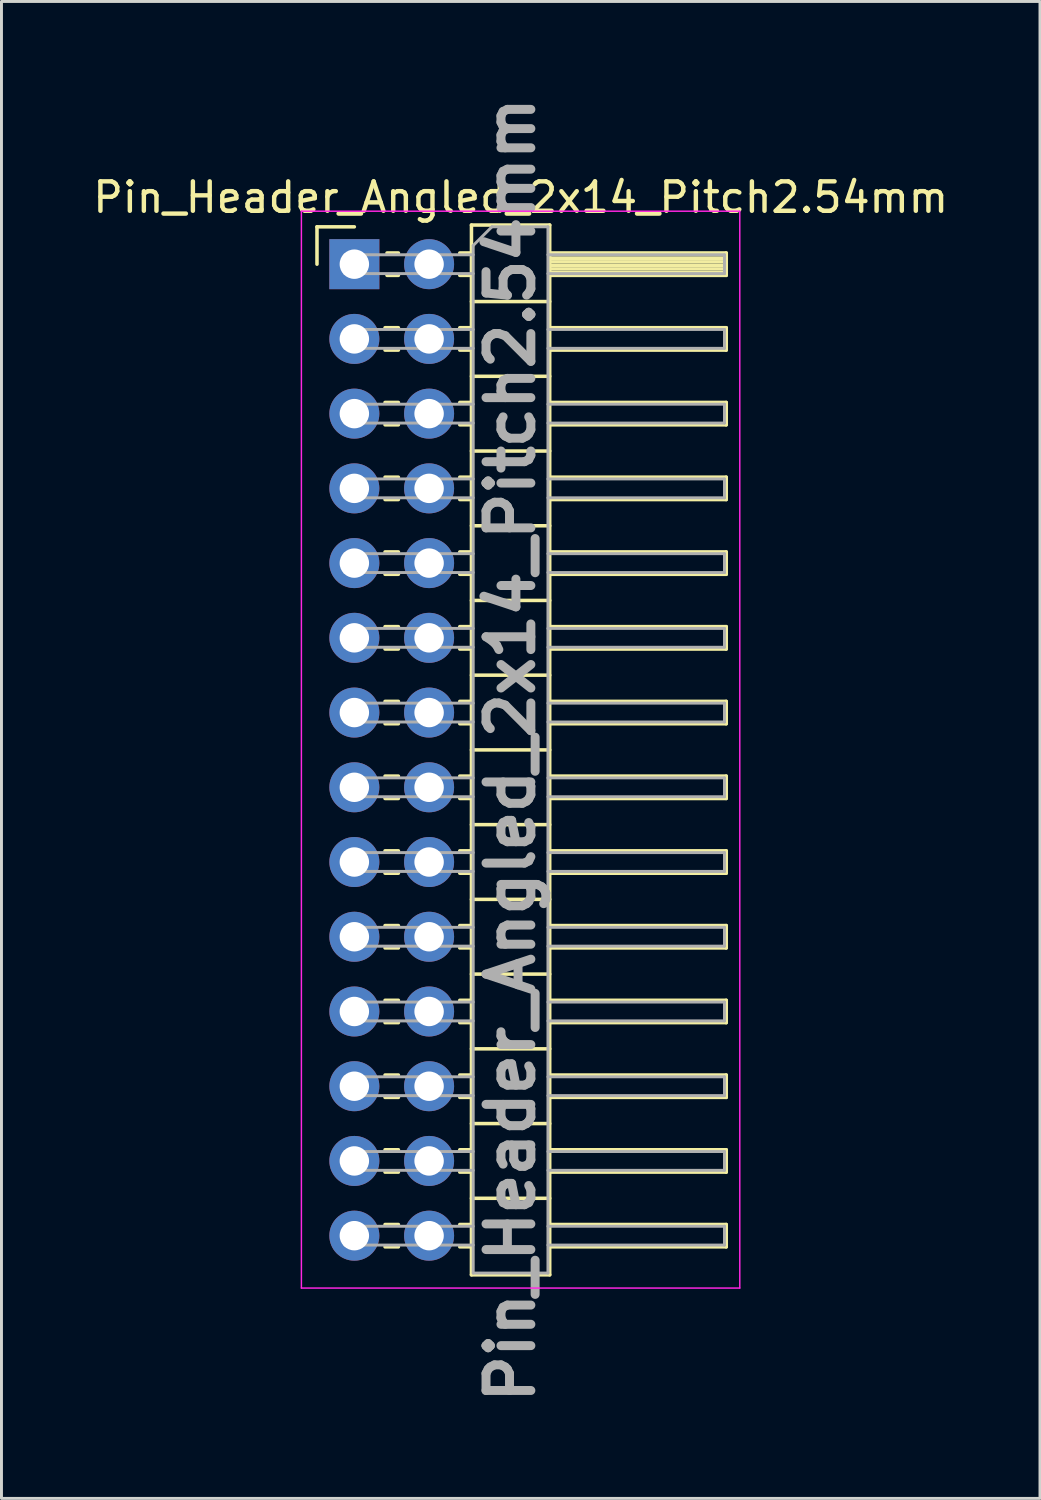
<source format=kicad_pcb>
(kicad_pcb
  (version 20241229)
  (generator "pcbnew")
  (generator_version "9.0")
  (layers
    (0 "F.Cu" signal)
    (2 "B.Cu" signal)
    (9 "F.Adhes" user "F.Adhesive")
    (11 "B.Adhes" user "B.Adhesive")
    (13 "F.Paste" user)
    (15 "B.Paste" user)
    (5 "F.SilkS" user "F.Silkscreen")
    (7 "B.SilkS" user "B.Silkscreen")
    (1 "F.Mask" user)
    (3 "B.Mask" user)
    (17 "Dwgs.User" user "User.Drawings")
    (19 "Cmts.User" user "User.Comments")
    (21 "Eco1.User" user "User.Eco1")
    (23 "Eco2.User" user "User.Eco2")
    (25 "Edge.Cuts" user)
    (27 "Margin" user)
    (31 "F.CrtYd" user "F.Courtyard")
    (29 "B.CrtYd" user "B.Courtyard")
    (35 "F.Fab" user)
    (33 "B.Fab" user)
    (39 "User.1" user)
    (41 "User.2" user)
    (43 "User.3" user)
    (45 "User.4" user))
  (footprint "Pin_Header_Angled_2x14_Pitch2.54mm"
    (layer "F.Cu")
    (at 8.994 5.929)
    (property "Reference" "Pin_Header_Angled_2x14_Pitch2.54mm" (at 5.655 -2.27 0) (layer "F.SilkS") (effects (font (size 1 1) (thickness 0.15))))
    (attr through_hole)
    (fp_line (start -1.27 -1.27) (end 0 -1.27) (stroke (width 0.12) (type solid)) (layer "F.SilkS"))
    (fp_line (start -1.27 0) (end -1.27 -1.27) (stroke (width 0.12) (type solid)) (layer "F.SilkS"))
    (fp_line (start 1.043 2.16) (end 1.497 2.16) (stroke (width 0.12) (type solid)) (layer "F.SilkS"))
    (fp_line (start 1.043 2.92) (end 1.497 2.92) (stroke (width 0.12) (type solid)) (layer "F.SilkS"))
    (fp_line (start 1.043 4.7) (end 1.497 4.7) (stroke (width 0.12) (type solid)) (layer "F.SilkS"))
    (fp_line (start 1.043 5.46) (end 1.497 5.46) (stroke (width 0.12) (type solid)) (layer "F.SilkS"))
    (fp_line (start 1.043 7.24) (end 1.497 7.24) (stroke (width 0.12) (type solid)) (layer "F.SilkS"))
    (fp_line (start 1.043 8) (end 1.497 8) (stroke (width 0.12) (type solid)) (layer "F.SilkS"))
    (fp_line (start 1.043 9.78) (end 1.497 9.78) (stroke (width 0.12) (type solid)) (layer "F.SilkS"))
    (fp_line (start 1.043 10.54) (end 1.497 10.54) (stroke (width 0.12) (type solid)) (layer "F.SilkS"))
    (fp_line (start 1.043 12.32) (end 1.497 12.32) (stroke (width 0.12) (type solid)) (layer "F.SilkS"))
    (fp_line (start 1.043 13.08) (end 1.497 13.08) (stroke (width 0.12) (type solid)) (layer "F.SilkS"))
    (fp_line (start 1.043 14.86) (end 1.497 14.86) (stroke (width 0.12) (type solid)) (layer "F.SilkS"))
    (fp_line (start 1.043 15.62) (end 1.497 15.62) (stroke (width 0.12) (type solid)) (layer "F.SilkS"))
    (fp_line (start 1.043 17.4) (end 1.497 17.4) (stroke (width 0.12) (type solid)) (layer "F.SilkS"))
    (fp_line (start 1.043 18.16) (end 1.497 18.16) (stroke (width 0.12) (type solid)) (layer "F.SilkS"))
    (fp_line (start 1.043 19.94) (end 1.497 19.94) (stroke (width 0.12) (type solid)) (layer "F.SilkS"))
    (fp_line (start 1.043 20.7) (end 1.497 20.7) (stroke (width 0.12) (type solid)) (layer "F.SilkS"))
    (fp_line (start 1.043 22.48) (end 1.497 22.48) (stroke (width 0.12) (type solid)) (layer "F.SilkS"))
    (fp_line (start 1.043 23.24) (end 1.497 23.24) (stroke (width 0.12) (type solid)) (layer "F.SilkS"))
    (fp_line (start 1.043 25.02) (end 1.497 25.02) (stroke (width 0.12) (type solid)) (layer "F.SilkS"))
    (fp_line (start 1.043 25.78) (end 1.497 25.78) (stroke (width 0.12) (type solid)) (layer "F.SilkS"))
    (fp_line (start 1.043 27.56) (end 1.497 27.56) (stroke (width 0.12) (type solid)) (layer "F.SilkS"))
    (fp_line (start 1.043 28.32) (end 1.497 28.32) (stroke (width 0.12) (type solid)) (layer "F.SilkS"))
    (fp_line (start 1.043 30.1) (end 1.497 30.1) (stroke (width 0.12) (type solid)) (layer "F.SilkS"))
    (fp_line (start 1.043 30.86) (end 1.497 30.86) (stroke (width 0.12) (type solid)) (layer "F.SilkS"))
    (fp_line (start 1.043 32.64) (end 1.497 32.64) (stroke (width 0.12) (type solid)) (layer "F.SilkS"))
    (fp_line (start 1.043 33.4) (end 1.497 33.4) (stroke (width 0.12) (type solid)) (layer "F.SilkS"))
    (fp_line (start 1.11 -0.38) (end 1.497 -0.38) (stroke (width 0.12) (type solid)) (layer "F.SilkS"))
    (fp_line (start 1.11 0.38) (end 1.497 0.38) (stroke (width 0.12) (type solid)) (layer "F.SilkS"))
    (fp_line (start 3.583 -0.38) (end 3.98 -0.38) (stroke (width 0.12) (type solid)) (layer "F.SilkS"))
    (fp_line (start 3.583 0.38) (end 3.98 0.38) (stroke (width 0.12) (type solid)) (layer "F.SilkS"))
    (fp_line (start 3.583 2.16) (end 3.98 2.16) (stroke (width 0.12) (type solid)) (layer "F.SilkS"))
    (fp_line (start 3.583 2.92) (end 3.98 2.92) (stroke (width 0.12) (type solid)) (layer "F.SilkS"))
    (fp_line (start 3.583 4.7) (end 3.98 4.7) (stroke (width 0.12) (type solid)) (layer "F.SilkS"))
    (fp_line (start 3.583 5.46) (end 3.98 5.46) (stroke (width 0.12) (type solid)) (layer "F.SilkS"))
    (fp_line (start 3.583 7.24) (end 3.98 7.24) (stroke (width 0.12) (type solid)) (layer "F.SilkS"))
    (fp_line (start 3.583 8) (end 3.98 8) (stroke (width 0.12) (type solid)) (layer "F.SilkS"))
    (fp_line (start 3.583 9.78) (end 3.98 9.78) (stroke (width 0.12) (type solid)) (layer "F.SilkS"))
    (fp_line (start 3.583 10.54) (end 3.98 10.54) (stroke (width 0.12) (type solid)) (layer "F.SilkS"))
    (fp_line (start 3.583 12.32) (end 3.98 12.32) (stroke (width 0.12) (type solid)) (layer "F.SilkS"))
    (fp_line (start 3.583 13.08) (end 3.98 13.08) (stroke (width 0.12) (type solid)) (layer "F.SilkS"))
    (fp_line (start 3.583 14.86) (end 3.98 14.86) (stroke (width 0.12) (type solid)) (layer "F.SilkS"))
    (fp_line (start 3.583 15.62) (end 3.98 15.62) (stroke (width 0.12) (type solid)) (layer "F.SilkS"))
    (fp_line (start 3.583 17.4) (end 3.98 17.4) (stroke (width 0.12) (type solid)) (layer "F.SilkS"))
    (fp_line (start 3.583 18.16) (end 3.98 18.16) (stroke (width 0.12) (type solid)) (layer "F.SilkS"))
    (fp_line (start 3.583 19.94) (end 3.98 19.94) (stroke (width 0.12) (type solid)) (layer "F.SilkS"))
    (fp_line (start 3.583 20.7) (end 3.98 20.7) (stroke (width 0.12) (type solid)) (layer "F.SilkS"))
    (fp_line (start 3.583 22.48) (end 3.98 22.48) (stroke (width 0.12) (type solid)) (layer "F.SilkS"))
    (fp_line (start 3.583 23.24) (end 3.98 23.24) (stroke (width 0.12) (type solid)) (layer "F.SilkS"))
    (fp_line (start 3.583 25.02) (end 3.98 25.02) (stroke (width 0.12) (type solid)) (layer "F.SilkS"))
    (fp_line (start 3.583 25.78) (end 3.98 25.78) (stroke (width 0.12) (type solid)) (layer "F.SilkS"))
    (fp_line (start 3.583 27.56) (end 3.98 27.56) (stroke (width 0.12) (type solid)) (layer "F.SilkS"))
    (fp_line (start 3.583 28.32) (end 3.98 28.32) (stroke (width 0.12) (type solid)) (layer "F.SilkS"))
    (fp_line (start 3.583 30.1) (end 3.98 30.1) (stroke (width 0.12) (type solid)) (layer "F.SilkS"))
    (fp_line (start 3.583 30.86) (end 3.98 30.86) (stroke (width 0.12) (type solid)) (layer "F.SilkS"))
    (fp_line (start 3.583 32.64) (end 3.98 32.64) (stroke (width 0.12) (type solid)) (layer "F.SilkS"))
    (fp_line (start 3.583 33.4) (end 3.98 33.4) (stroke (width 0.12) (type solid)) (layer "F.SilkS"))
    (fp_line (start 3.98 -1.33) (end 3.98 34.35) (stroke (width 0.12) (type solid)) (layer "F.SilkS"))
    (fp_line (start 3.98 1.27) (end 6.64 1.27) (stroke (width 0.12) (type solid)) (layer "F.SilkS"))
    (fp_line (start 3.98 3.81) (end 6.64 3.81) (stroke (width 0.12) (type solid)) (layer "F.SilkS"))
    (fp_line (start 3.98 6.35) (end 6.64 6.35) (stroke (width 0.12) (type solid)) (layer "F.SilkS"))
    (fp_line (start 3.98 8.89) (end 6.64 8.89) (stroke (width 0.12) (type solid)) (layer "F.SilkS"))
    (fp_line (start 3.98 11.43) (end 6.64 11.43) (stroke (width 0.12) (type solid)) (layer "F.SilkS"))
    (fp_line (start 3.98 13.97) (end 6.64 13.97) (stroke (width 0.12) (type solid)) (layer "F.SilkS"))
    (fp_line (start 3.98 16.51) (end 6.64 16.51) (stroke (width 0.12) (type solid)) (layer "F.SilkS"))
    (fp_line (start 3.98 19.05) (end 6.64 19.05) (stroke (width 0.12) (type solid)) (layer "F.SilkS"))
    (fp_line (start 3.98 21.59) (end 6.64 21.59) (stroke (width 0.12) (type solid)) (layer "F.SilkS"))
    (fp_line (start 3.98 24.13) (end 6.64 24.13) (stroke (width 0.12) (type solid)) (layer "F.SilkS"))
    (fp_line (start 3.98 26.67) (end 6.64 26.67) (stroke (width 0.12) (type solid)) (layer "F.SilkS"))
    (fp_line (start 3.98 29.21) (end 6.64 29.21) (stroke (width 0.12) (type solid)) (layer "F.SilkS"))
    (fp_line (start 3.98 31.75) (end 6.64 31.75) (stroke (width 0.12) (type solid)) (layer "F.SilkS"))
    (fp_line (start 3.98 34.35) (end 6.64 34.35) (stroke (width 0.12) (type solid)) (layer "F.SilkS"))
    (fp_line (start 6.64 -1.33) (end 3.98 -1.33) (stroke (width 0.12) (type solid)) (layer "F.SilkS"))
    (fp_line (start 6.64 -0.38) (end 12.64 -0.38) (stroke (width 0.12) (type solid)) (layer "F.SilkS"))
    (fp_line (start 6.64 -0.32) (end 12.64 -0.32) (stroke (width 0.12) (type solid)) (layer "F.SilkS"))
    (fp_line (start 6.64 -0.2) (end 12.64 -0.2) (stroke (width 0.12) (type solid)) (layer "F.SilkS"))
    (fp_line (start 6.64 -0.08) (end 12.64 -0.08) (stroke (width 0.12) (type solid)) (layer "F.SilkS"))
    (fp_line (start 6.64 0.04) (end 12.64 0.04) (stroke (width 0.12) (type solid)) (layer "F.SilkS"))
    (fp_line (start 6.64 0.16) (end 12.64 0.16) (stroke (width 0.12) (type solid)) (layer "F.SilkS"))
    (fp_line (start 6.64 0.28) (end 12.64 0.28) (stroke (width 0.12) (type solid)) (layer "F.SilkS"))
    (fp_line (start 6.64 2.16) (end 12.64 2.16) (stroke (width 0.12) (type solid)) (layer "F.SilkS"))
    (fp_line (start 6.64 4.7) (end 12.64 4.7) (stroke (width 0.12) (type solid)) (layer "F.SilkS"))
    (fp_line (start 6.64 7.24) (end 12.64 7.24) (stroke (width 0.12) (type solid)) (layer "F.SilkS"))
    (fp_line (start 6.64 9.78) (end 12.64 9.78) (stroke (width 0.12) (type solid)) (layer "F.SilkS"))
    (fp_line (start 6.64 12.32) (end 12.64 12.32) (stroke (width 0.12) (type solid)) (layer "F.SilkS"))
    (fp_line (start 6.64 14.86) (end 12.64 14.86) (stroke (width 0.12) (type solid)) (layer "F.SilkS"))
    (fp_line (start 6.64 17.4) (end 12.64 17.4) (stroke (width 0.12) (type solid)) (layer "F.SilkS"))
    (fp_line (start 6.64 19.94) (end 12.64 19.94) (stroke (width 0.12) (type solid)) (layer "F.SilkS"))
    (fp_line (start 6.64 22.48) (end 12.64 22.48) (stroke (width 0.12) (type solid)) (layer "F.SilkS"))
    (fp_line (start 6.64 25.02) (end 12.64 25.02) (stroke (width 0.12) (type solid)) (layer "F.SilkS"))
    (fp_line (start 6.64 27.56) (end 12.64 27.56) (stroke (width 0.12) (type solid)) (layer "F.SilkS"))
    (fp_line (start 6.64 30.1) (end 12.64 30.1) (stroke (width 0.12) (type solid)) (layer "F.SilkS"))
    (fp_line (start 6.64 32.64) (end 12.64 32.64) (stroke (width 0.12) (type solid)) (layer "F.SilkS"))
    (fp_line (start 6.64 34.35) (end 6.64 -1.33) (stroke (width 0.12) (type solid)) (layer "F.SilkS"))
    (fp_line (start 12.64 -0.38) (end 12.64 0.38) (stroke (width 0.12) (type solid)) (layer "F.SilkS"))
    (fp_line (start 12.64 0.38) (end 6.64 0.38) (stroke (width 0.12) (type solid)) (layer "F.SilkS"))
    (fp_line (start 12.64 2.16) (end 12.64 2.92) (stroke (width 0.12) (type solid)) (layer "F.SilkS"))
    (fp_line (start 12.64 2.92) (end 6.64 2.92) (stroke (width 0.12) (type solid)) (layer "F.SilkS"))
    (fp_line (start 12.64 4.7) (end 12.64 5.46) (stroke (width 0.12) (type solid)) (layer "F.SilkS"))
    (fp_line (start 12.64 5.46) (end 6.64 5.46) (stroke (width 0.12) (type solid)) (layer "F.SilkS"))
    (fp_line (start 12.64 7.24) (end 12.64 8) (stroke (width 0.12) (type solid)) (layer "F.SilkS"))
    (fp_line (start 12.64 8) (end 6.64 8) (stroke (width 0.12) (type solid)) (layer "F.SilkS"))
    (fp_line (start 12.64 9.78) (end 12.64 10.54) (stroke (width 0.12) (type solid)) (layer "F.SilkS"))
    (fp_line (start 12.64 10.54) (end 6.64 10.54) (stroke (width 0.12) (type solid)) (layer "F.SilkS"))
    (fp_line (start 12.64 12.32) (end 12.64 13.08) (stroke (width 0.12) (type solid)) (layer "F.SilkS"))
    (fp_line (start 12.64 13.08) (end 6.64 13.08) (stroke (width 0.12) (type solid)) (layer "F.SilkS"))
    (fp_line (start 12.64 14.86) (end 12.64 15.62) (stroke (width 0.12) (type solid)) (layer "F.SilkS"))
    (fp_line (start 12.64 15.62) (end 6.64 15.62) (stroke (width 0.12) (type solid)) (layer "F.SilkS"))
    (fp_line (start 12.64 17.4) (end 12.64 18.16) (stroke (width 0.12) (type solid)) (layer "F.SilkS"))
    (fp_line (start 12.64 18.16) (end 6.64 18.16) (stroke (width 0.12) (type solid)) (layer "F.SilkS"))
    (fp_line (start 12.64 19.94) (end 12.64 20.7) (stroke (width 0.12) (type solid)) (layer "F.SilkS"))
    (fp_line (start 12.64 20.7) (end 6.64 20.7) (stroke (width 0.12) (type solid)) (layer "F.SilkS"))
    (fp_line (start 12.64 22.48) (end 12.64 23.24) (stroke (width 0.12) (type solid)) (layer "F.SilkS"))
    (fp_line (start 12.64 23.24) (end 6.64 23.24) (stroke (width 0.12) (type solid)) (layer "F.SilkS"))
    (fp_line (start 12.64 25.02) (end 12.64 25.78) (stroke (width 0.12) (type solid)) (layer "F.SilkS"))
    (fp_line (start 12.64 25.78) (end 6.64 25.78) (stroke (width 0.12) (type solid)) (layer "F.SilkS"))
    (fp_line (start 12.64 27.56) (end 12.64 28.32) (stroke (width 0.12) (type solid)) (layer "F.SilkS"))
    (fp_line (start 12.64 28.32) (end 6.64 28.32) (stroke (width 0.12) (type solid)) (layer "F.SilkS"))
    (fp_line (start 12.64 30.1) (end 12.64 30.86) (stroke (width 0.12) (type solid)) (layer "F.SilkS"))
    (fp_line (start 12.64 30.86) (end 6.64 30.86) (stroke (width 0.12) (type solid)) (layer "F.SilkS"))
    (fp_line (start 12.64 32.64) (end 12.64 33.4) (stroke (width 0.12) (type solid)) (layer "F.SilkS"))
    (fp_line (start 12.64 33.4) (end 6.64 33.4) (stroke (width 0.12) (type solid)) (layer "F.SilkS"))
    (fp_line (start -1.8 -1.8) (end -1.8 34.8) (stroke (width 0.05) (type solid)) (layer "F.CrtYd"))
    (fp_line (start -1.8 34.8) (end 13.1 34.8) (stroke (width 0.05) (type solid)) (layer "F.CrtYd"))
    (fp_line (start 13.1 -1.8) (end -1.8 -1.8) (stroke (width 0.05) (type solid)) (layer "F.CrtYd"))
    (fp_line (start 13.1 34.8) (end 13.1 -1.8) (stroke (width 0.05) (type solid)) (layer "F.CrtYd"))
    (fp_line (start -0.32 -0.32) (end -0.32 0.32) (stroke (width 0.1) (type solid)) (layer "F.Fab"))
    (fp_line (start -0.32 -0.32) (end 4.04 -0.32) (stroke (width 0.1) (type solid)) (layer "F.Fab"))
    (fp_line (start -0.32 0.32) (end 4.04 0.32) (stroke (width 0.1) (type solid)) (layer "F.Fab"))
    (fp_line (start -0.32 2.22) (end -0.32 2.86) (stroke (width 0.1) (type solid)) (layer "F.Fab"))
    (fp_line (start -0.32 2.22) (end 4.04 2.22) (stroke (width 0.1) (type solid)) (layer "F.Fab"))
    (fp_line (start -0.32 2.86) (end 4.04 2.86) (stroke (width 0.1) (type solid)) (layer "F.Fab"))
    (fp_line (start -0.32 4.76) (end -0.32 5.4) (stroke (width 0.1) (type solid)) (layer "F.Fab"))
    (fp_line (start -0.32 4.76) (end 4.04 4.76) (stroke (width 0.1) (type solid)) (layer "F.Fab"))
    (fp_line (start -0.32 5.4) (end 4.04 5.4) (stroke (width 0.1) (type solid)) (layer "F.Fab"))
    (fp_line (start -0.32 7.3) (end -0.32 7.94) (stroke (width 0.1) (type solid)) (layer "F.Fab"))
    (fp_line (start -0.32 7.3) (end 4.04 7.3) (stroke (width 0.1) (type solid)) (layer "F.Fab"))
    (fp_line (start -0.32 7.94) (end 4.04 7.94) (stroke (width 0.1) (type solid)) (layer "F.Fab"))
    (fp_line (start -0.32 9.84) (end -0.32 10.48) (stroke (width 0.1) (type solid)) (layer "F.Fab"))
    (fp_line (start -0.32 9.84) (end 4.04 9.84) (stroke (width 0.1) (type solid)) (layer "F.Fab"))
    (fp_line (start -0.32 10.48) (end 4.04 10.48) (stroke (width 0.1) (type solid)) (layer "F.Fab"))
    (fp_line (start -0.32 12.38) (end -0.32 13.02) (stroke (width 0.1) (type solid)) (layer "F.Fab"))
    (fp_line (start -0.32 12.38) (end 4.04 12.38) (stroke (width 0.1) (type solid)) (layer "F.Fab"))
    (fp_line (start -0.32 13.02) (end 4.04 13.02) (stroke (width 0.1) (type solid)) (layer "F.Fab"))
    (fp_line (start -0.32 14.92) (end -0.32 15.56) (stroke (width 0.1) (type solid)) (layer "F.Fab"))
    (fp_line (start -0.32 14.92) (end 4.04 14.92) (stroke (width 0.1) (type solid)) (layer "F.Fab"))
    (fp_line (start -0.32 15.56) (end 4.04 15.56) (stroke (width 0.1) (type solid)) (layer "F.Fab"))
    (fp_line (start -0.32 17.46) (end -0.32 18.1) (stroke (width 0.1) (type solid)) (layer "F.Fab"))
    (fp_line (start -0.32 17.46) (end 4.04 17.46) (stroke (width 0.1) (type solid)) (layer "F.Fab"))
    (fp_line (start -0.32 18.1) (end 4.04 18.1) (stroke (width 0.1) (type solid)) (layer "F.Fab"))
    (fp_line (start -0.32 20) (end -0.32 20.64) (stroke (width 0.1) (type solid)) (layer "F.Fab"))
    (fp_line (start -0.32 20) (end 4.04 20) (stroke (width 0.1) (type solid)) (layer "F.Fab"))
    (fp_line (start -0.32 20.64) (end 4.04 20.64) (stroke (width 0.1) (type solid)) (layer "F.Fab"))
    (fp_line (start -0.32 22.54) (end -0.32 23.18) (stroke (width 0.1) (type solid)) (layer "F.Fab"))
    (fp_line (start -0.32 22.54) (end 4.04 22.54) (stroke (width 0.1) (type solid)) (layer "F.Fab"))
    (fp_line (start -0.32 23.18) (end 4.04 23.18) (stroke (width 0.1) (type solid)) (layer "F.Fab"))
    (fp_line (start -0.32 25.08) (end -0.32 25.72) (stroke (width 0.1) (type solid)) (layer "F.Fab"))
    (fp_line (start -0.32 25.08) (end 4.04 25.08) (stroke (width 0.1) (type solid)) (layer "F.Fab"))
    (fp_line (start -0.32 25.72) (end 4.04 25.72) (stroke (width 0.1) (type solid)) (layer "F.Fab"))
    (fp_line (start -0.32 27.62) (end -0.32 28.26) (stroke (width 0.1) (type solid)) (layer "F.Fab"))
    (fp_line (start -0.32 27.62) (end 4.04 27.62) (stroke (width 0.1) (type solid)) (layer "F.Fab"))
    (fp_line (start -0.32 28.26) (end 4.04 28.26) (stroke (width 0.1) (type solid)) (layer "F.Fab"))
    (fp_line (start -0.32 30.16) (end -0.32 30.8) (stroke (width 0.1) (type solid)) (layer "F.Fab"))
    (fp_line (start -0.32 30.16) (end 4.04 30.16) (stroke (width 0.1) (type solid)) (layer "F.Fab"))
    (fp_line (start -0.32 30.8) (end 4.04 30.8) (stroke (width 0.1) (type solid)) (layer "F.Fab"))
    (fp_line (start -0.32 32.7) (end -0.32 33.34) (stroke (width 0.1) (type solid)) (layer "F.Fab"))
    (fp_line (start -0.32 32.7) (end 4.04 32.7) (stroke (width 0.1) (type solid)) (layer "F.Fab"))
    (fp_line (start -0.32 33.34) (end 4.04 33.34) (stroke (width 0.1) (type solid)) (layer "F.Fab"))
    (fp_line (start 4.04 -0.635) (end 4.675 -1.27) (stroke (width 0.1) (type solid)) (layer "F.Fab"))
    (fp_line (start 4.04 34.29) (end 4.04 -0.635) (stroke (width 0.1) (type solid)) (layer "F.Fab"))
    (fp_line (start 4.675 -1.27) (end 6.58 -1.27) (stroke (width 0.1) (type solid)) (layer "F.Fab"))
    (fp_line (start 6.58 -1.27) (end 6.58 34.29) (stroke (width 0.1) (type solid)) (layer "F.Fab"))
    (fp_line (start 6.58 -0.32) (end 12.58 -0.32) (stroke (width 0.1) (type solid)) (layer "F.Fab"))
    (fp_line (start 6.58 0.32) (end 12.58 0.32) (stroke (width 0.1) (type solid)) (layer "F.Fab"))
    (fp_line (start 6.58 2.22) (end 12.58 2.22) (stroke (width 0.1) (type solid)) (layer "F.Fab"))
    (fp_line (start 6.58 2.86) (end 12.58 2.86) (stroke (width 0.1) (type solid)) (layer "F.Fab"))
    (fp_line (start 6.58 4.76) (end 12.58 4.76) (stroke (width 0.1) (type solid)) (layer "F.Fab"))
    (fp_line (start 6.58 5.4) (end 12.58 5.4) (stroke (width 0.1) (type solid)) (layer "F.Fab"))
    (fp_line (start 6.58 7.3) (end 12.58 7.3) (stroke (width 0.1) (type solid)) (layer "F.Fab"))
    (fp_line (start 6.58 7.94) (end 12.58 7.94) (stroke (width 0.1) (type solid)) (layer "F.Fab"))
    (fp_line (start 6.58 9.84) (end 12.58 9.84) (stroke (width 0.1) (type solid)) (layer "F.Fab"))
    (fp_line (start 6.58 10.48) (end 12.58 10.48) (stroke (width 0.1) (type solid)) (layer "F.Fab"))
    (fp_line (start 6.58 12.38) (end 12.58 12.38) (stroke (width 0.1) (type solid)) (layer "F.Fab"))
    (fp_line (start 6.58 13.02) (end 12.58 13.02) (stroke (width 0.1) (type solid)) (layer "F.Fab"))
    (fp_line (start 6.58 14.92) (end 12.58 14.92) (stroke (width 0.1) (type solid)) (layer "F.Fab"))
    (fp_line (start 6.58 15.56) (end 12.58 15.56) (stroke (width 0.1) (type solid)) (layer "F.Fab"))
    (fp_line (start 6.58 17.46) (end 12.58 17.46) (stroke (width 0.1) (type solid)) (layer "F.Fab"))
    (fp_line (start 6.58 18.1) (end 12.58 18.1) (stroke (width 0.1) (type solid)) (layer "F.Fab"))
    (fp_line (start 6.58 20) (end 12.58 20) (stroke (width 0.1) (type solid)) (layer "F.Fab"))
    (fp_line (start 6.58 20.64) (end 12.58 20.64) (stroke (width 0.1) (type solid)) (layer "F.Fab"))
    (fp_line (start 6.58 22.54) (end 12.58 22.54) (stroke (width 0.1) (type solid)) (layer "F.Fab"))
    (fp_line (start 6.58 23.18) (end 12.58 23.18) (stroke (width 0.1) (type solid)) (layer "F.Fab"))
    (fp_line (start 6.58 25.08) (end 12.58 25.08) (stroke (width 0.1) (type solid)) (layer "F.Fab"))
    (fp_line (start 6.58 25.72) (end 12.58 25.72) (stroke (width 0.1) (type solid)) (layer "F.Fab"))
    (fp_line (start 6.58 27.62) (end 12.58 27.62) (stroke (width 0.1) (type solid)) (layer "F.Fab"))
    (fp_line (start 6.58 28.26) (end 12.58 28.26) (stroke (width 0.1) (type solid)) (layer "F.Fab"))
    (fp_line (start 6.58 30.16) (end 12.58 30.16) (stroke (width 0.1) (type solid)) (layer "F.Fab"))
    (fp_line (start 6.58 30.8) (end 12.58 30.8) (stroke (width 0.1) (type solid)) (layer "F.Fab"))
    (fp_line (start 6.58 32.7) (end 12.58 32.7) (stroke (width 0.1) (type solid)) (layer "F.Fab"))
    (fp_line (start 6.58 33.34) (end 12.58 33.34) (stroke (width 0.1) (type solid)) (layer "F.Fab"))
    (fp_line (start 6.58 34.29) (end 4.04 34.29) (stroke (width 0.1) (type solid)) (layer "F.Fab"))
    (fp_line (start 12.58 -0.32) (end 12.58 0.32) (stroke (width 0.1) (type solid)) (layer "F.Fab"))
    (fp_line (start 12.58 2.22) (end 12.58 2.86) (stroke (width 0.1) (type solid)) (layer "F.Fab"))
    (fp_line (start 12.58 4.76) (end 12.58 5.4) (stroke (width 0.1) (type solid)) (layer "F.Fab"))
    (fp_line (start 12.58 7.3) (end 12.58 7.94) (stroke (width 0.1) (type solid)) (layer "F.Fab"))
    (fp_line (start 12.58 9.84) (end 12.58 10.48) (stroke (width 0.1) (type solid)) (layer "F.Fab"))
    (fp_line (start 12.58 12.38) (end 12.58 13.02) (stroke (width 0.1) (type solid)) (layer "F.Fab"))
    (fp_line (start 12.58 14.92) (end 12.58 15.56) (stroke (width 0.1) (type solid)) (layer "F.Fab"))
    (fp_line (start 12.58 17.46) (end 12.58 18.1) (stroke (width 0.1) (type solid)) (layer "F.Fab"))
    (fp_line (start 12.58 20) (end 12.58 20.64) (stroke (width 0.1) (type solid)) (layer "F.Fab"))
    (fp_line (start 12.58 22.54) (end 12.58 23.18) (stroke (width 0.1) (type solid)) (layer "F.Fab"))
    (fp_line (start 12.58 25.08) (end 12.58 25.72) (stroke (width 0.1) (type solid)) (layer "F.Fab"))
    (fp_line (start 12.58 27.62) (end 12.58 28.26) (stroke (width 0.1) (type solid)) (layer "F.Fab"))
    (fp_line (start 12.58 30.16) (end 12.58 30.8) (stroke (width 0.1) (type solid)) (layer "F.Fab"))
    (fp_line (start 12.58 32.7) (end 12.58 33.34) (stroke (width 0.1) (type solid)) (layer "F.Fab"))
    (fp_text user "${REFERENCE}" (at 5.31 16.51 90) (layer "F.Fab") (effects (font (size 1.524 1.524) (thickness 0.305))))
    (pad "1" thru_hole rect (at 0 0) (size 1.7 1.7) (drill 1) (layers "*.Cu" "*.Mask"))
    (pad "2" thru_hole oval (at 2.54 0) (size 1.7 1.7) (drill 1) (layers "*.Cu" "*.Mask"))
    (pad "3" thru_hole oval (at 0 2.54) (size 1.7 1.7) (drill 1) (layers "*.Cu" "*.Mask"))
    (pad "4" thru_hole oval (at 2.54 2.54) (size 1.7 1.7) (drill 1) (layers "*.Cu" "*.Mask"))
    (pad "5" thru_hole oval (at 0 5.08) (size 1.7 1.7) (drill 1) (layers "*.Cu" "*.Mask"))
    (pad "6" thru_hole oval (at 2.54 5.08) (size 1.7 1.7) (drill 1) (layers "*.Cu" "*.Mask"))
    (pad "7" thru_hole oval (at 0 7.62) (size 1.7 1.7) (drill 1) (layers "*.Cu" "*.Mask"))
    (pad "8" thru_hole oval (at 2.54 7.62) (size 1.7 1.7) (drill 1) (layers "*.Cu" "*.Mask"))
    (pad "9" thru_hole oval (at 0 10.16) (size 1.7 1.7) (drill 1) (layers "*.Cu" "*.Mask"))
    (pad "10" thru_hole oval (at 2.54 10.16) (size 1.7 1.7) (drill 1) (layers "*.Cu" "*.Mask"))
    (pad "11" thru_hole oval (at 0 12.7) (size 1.7 1.7) (drill 1) (layers "*.Cu" "*.Mask"))
    (pad "12" thru_hole oval (at 2.54 12.7) (size 1.7 1.7) (drill 1) (layers "*.Cu" "*.Mask"))
    (pad "13" thru_hole oval (at 0 15.24) (size 1.7 1.7) (drill 1) (layers "*.Cu" "*.Mask"))
    (pad "14" thru_hole oval (at 2.54 15.24) (size 1.7 1.7) (drill 1) (layers "*.Cu" "*.Mask"))
    (pad "15" thru_hole oval (at 0 17.78) (size 1.7 1.7) (drill 1) (layers "*.Cu" "*.Mask"))
    (pad "16" thru_hole oval (at 2.54 17.78) (size 1.7 1.7) (drill 1) (layers "*.Cu" "*.Mask"))
    (pad "17" thru_hole oval (at 0 20.32) (size 1.7 1.7) (drill 1) (layers "*.Cu" "*.Mask"))
    (pad "18" thru_hole oval (at 2.54 20.32) (size 1.7 1.7) (drill 1) (layers "*.Cu" "*.Mask"))
    (pad "19" thru_hole oval (at 0 22.86) (size 1.7 1.7) (drill 1) (layers "*.Cu" "*.Mask"))
    (pad "20" thru_hole oval (at 2.54 22.86) (size 1.7 1.7) (drill 1) (layers "*.Cu" "*.Mask"))
    (pad "21" thru_hole oval (at 0 25.4) (size 1.7 1.7) (drill 1) (layers "*.Cu" "*.Mask"))
    (pad "22" thru_hole oval (at 2.54 25.4) (size 1.7 1.7) (drill 1) (layers "*.Cu" "*.Mask"))
    (pad "23" thru_hole oval (at 0 27.94) (size 1.7 1.7) (drill 1) (layers "*.Cu" "*.Mask"))
    (pad "24" thru_hole oval (at 2.54 27.94) (size 1.7 1.7) (drill 1) (layers "*.Cu" "*.Mask"))
    (pad "25" thru_hole oval (at 0 30.48) (size 1.7 1.7) (drill 1) (layers "*.Cu" "*.Mask"))
    (pad "26" thru_hole oval (at 2.54 30.48) (size 1.7 1.7) (drill 1) (layers "*.Cu" "*.Mask"))
    (pad "27" thru_hole oval (at 0 33.02) (size 1.7 1.7) (drill 1) (layers "*.Cu" "*.Mask"))
    (pad "28" thru_hole oval (at 2.54 33.02) (size 1.7 1.7) (drill 1) (layers "*.Cu" "*.Mask")))
  (gr_rect
    (start -3 -3)
    (end 32.298 47.878)
    (stroke (width 0.1) (type default))
    (fill no)
    (layer "Edge.Cuts")))
</source>
